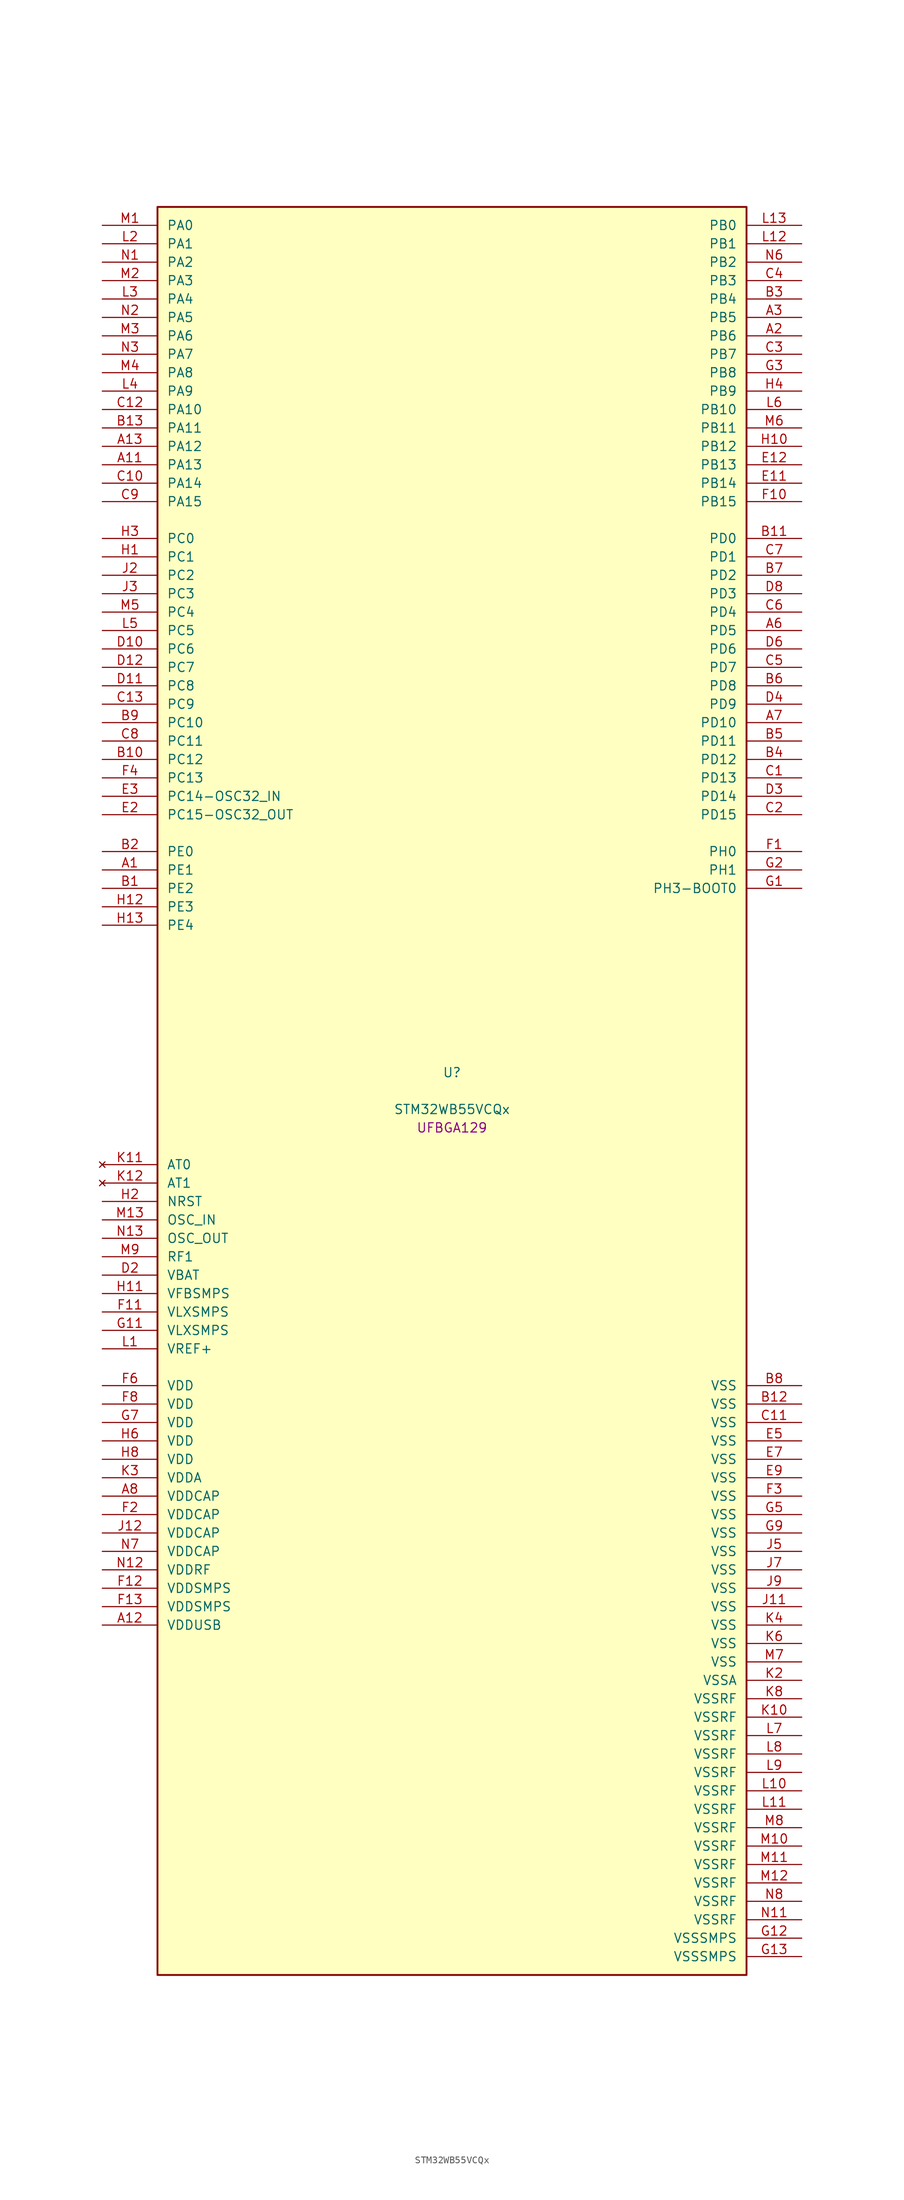
<source format=kicad_sym>
(kicad_symbol_lib
  (version 20241209)
  (generator "stm32_pkl_generator")
  (generator_version "1.0")
  (symbol "STM32WB55VCQx"
    (pin_names
      (offset 1.27))
    (property "Reference" "U"
      (at 0 2.54 0))
    (property "Value" "STM32WB55VCQx"
      (at 0 -2.54 0))
    (property "Footprint" "UFBGA129"
      (at 0 -5.08 0))
    (symbol "STM32WB55VCQx_1_1"
      (rectangle (start -40.64 121.92) (end 40.64 -121.92) (stroke (width 0.254) (type solid)) (fill (type background)))
      (pin bidirectional line (at -48.26 119.38 0) (length 7.62) (name "PA0") (number "M1") (alternate "PA0/ADC1_IN5" bidirectional line) (alternate "PA0/COMP1_INM" bidirectional line) (alternate "PA0/COMP1_OUT" bidirectional line) (alternate "PA0/RTC_TAMP2" bidirectional line) (alternate "PA0/SAI1_EXTCLK" bidirectional line) (alternate "PA0/SYS_WKUP1" bidirectional line) (alternate "PA0/TIM2_CH1" bidirectional line) (alternate "PA0/TIM2_ETR" bidirectional line))
      (pin bidirectional line (at -48.26 116.84 0) (length 7.62) (name "PA1") (number "L2") (alternate "PA1/ADC1_IN6" bidirectional line) (alternate "PA1/COMP1_INP" bidirectional line) (alternate "PA1/I2C1_SMBA" bidirectional line) (alternate "PA1/LCD_SEG0" bidirectional line) (alternate "PA1/SPI1_SCK" bidirectional line) (alternate "PA1/TIM2_CH2" bidirectional line))
      (pin bidirectional line (at -48.26 114.3 0) (length 7.62) (name "PA2") (number "N1") (alternate "PA2/ADC1_IN7" bidirectional line) (alternate "PA2/COMP2_INM" bidirectional line) (alternate "PA2/COMP2_OUT" bidirectional line) (alternate "PA2/LCD_SEG1" bidirectional line) (alternate "PA2/LPUART1_TX" bidirectional line) (alternate "PA2/QUADSPI_BK1_NCS" bidirectional line) (alternate "PA2/RCC_LSCO" bidirectional line) (alternate "PA2/SYS_WKUP4" bidirectional line) (alternate "PA2/TIM2_CH3" bidirectional line))
      (pin bidirectional line (at -48.26 111.76 0) (length 7.62) (name "PA3") (number "M2") (alternate "PA3/ADC1_IN8" bidirectional line) (alternate "PA3/COMP2_INP" bidirectional line) (alternate "PA3/LCD_SEG2" bidirectional line) (alternate "PA3/LPUART1_RX" bidirectional line) (alternate "PA3/QUADSPI_CLK" bidirectional line) (alternate "PA3/SAI1_CK1" bidirectional line) (alternate "PA3/SAI1_MCLK_A" bidirectional line) (alternate "PA3/TIM2_CH4" bidirectional line))
      (pin bidirectional line (at -48.26 109.22 0) (length 7.62) (name "PA4") (number "L3") (alternate "PA4/ADC1_IN9" bidirectional line) (alternate "PA4/COMP1_INM" bidirectional line) (alternate "PA4/COMP2_INM" bidirectional line) (alternate "PA4/LCD_SEG5" bidirectional line) (alternate "PA4/LPTIM2_OUT" bidirectional line) (alternate "PA4/SAI1_FS_B" bidirectional line) (alternate "PA4/SPI1_NSS" bidirectional line))
      (pin bidirectional line (at -48.26 106.68 0) (length 7.62) (name "PA5") (number "N2") (alternate "PA5/ADC1_IN10" bidirectional line) (alternate "PA5/COMP1_INM" bidirectional line) (alternate "PA5/COMP2_INM" bidirectional line) (alternate "PA5/LPTIM2_ETR" bidirectional line) (alternate "PA5/SAI1_SD_B" bidirectional line) (alternate "PA5/SPI1_SCK" bidirectional line) (alternate "PA5/TIM2_CH1" bidirectional line) (alternate "PA5/TIM2_ETR" bidirectional line))
      (pin bidirectional line (at -48.26 104.14 0) (length 7.62) (name "PA6") (number "M3") (alternate "PA6/ADC1_IN11" bidirectional line) (alternate "PA6/LCD_SEG3" bidirectional line) (alternate "PA6/LPUART1_CTS" bidirectional line) (alternate "PA6/QUADSPI_BK1_IO3" bidirectional line) (alternate "PA6/SPI1_MISO" bidirectional line) (alternate "PA6/TIM16_CH1" bidirectional line) (alternate "PA6/TIM1_BKIN" bidirectional line))
      (pin bidirectional line (at -48.26 101.6 0) (length 7.62) (name "PA7") (number "N3") (alternate "PA7/ADC1_IN12" bidirectional line) (alternate "PA7/COMP2_OUT" bidirectional line) (alternate "PA7/I2C3_SCL" bidirectional line) (alternate "PA7/LCD_SEG4" bidirectional line) (alternate "PA7/QUADSPI_BK1_IO2" bidirectional line) (alternate "PA7/SPI1_MOSI" bidirectional line) (alternate "PA7/TIM17_CH1" bidirectional line) (alternate "PA7/TIM1_CH1N" bidirectional line))
      (pin bidirectional line (at -48.26 99.06 0) (length 7.62) (name "PA8") (number "M4") (alternate "PA8/ADC1_IN15" bidirectional line) (alternate "PA8/LCD_COM0" bidirectional line) (alternate "PA8/LPTIM2_OUT" bidirectional line) (alternate "PA8/RCC_MCO" bidirectional line) (alternate "PA8/SAI1_CK2" bidirectional line) (alternate "PA8/SAI1_SCK_A" bidirectional line) (alternate "PA8/TIM1_CH1" bidirectional line) (alternate "PA8/USART1_CK" bidirectional line))
      (pin bidirectional line (at -48.26 96.52 0) (length 7.62) (name "PA9") (number "L4") (alternate "PA9/ADC1_IN16" bidirectional line) (alternate "PA9/COMP1_INM" bidirectional line) (alternate "PA9/I2C1_SCL" bidirectional line) (alternate "PA9/LCD_COM1" bidirectional line) (alternate "PA9/SAI1_D2" bidirectional line) (alternate "PA9/SAI1_FS_A" bidirectional line) (alternate "PA9/SPI2_SCK" bidirectional line) (alternate "PA9/TIM1_CH2" bidirectional line) (alternate "PA9/USART1_TX" bidirectional line))
      (pin bidirectional line (at -48.26 93.98 0) (length 7.62) (name "PA10") (number "C12") (alternate "PA10/CRS_SYNC" bidirectional line) (alternate "PA10/I2C1_SDA" bidirectional line) (alternate "PA10/LCD_COM2" bidirectional line) (alternate "PA10/SAI1_D1" bidirectional line) (alternate "PA10/SAI1_SD_A" bidirectional line) (alternate "PA10/TIM17_BKIN" bidirectional line) (alternate "PA10/TIM1_CH3" bidirectional line) (alternate "PA10/USART1_RX" bidirectional line))
      (pin bidirectional line (at -48.26 91.44 0) (length 7.62) (name "PA11") (number "B13") (alternate "PA11/ADC1_EXTI11" bidirectional line) (alternate "PA11/SPI1_MISO" bidirectional line) (alternate "PA11/TIM1_BKIN2" bidirectional line) (alternate "PA11/TIM1_CH4" bidirectional line) (alternate "PA11/USART1_CTS" bidirectional line) (alternate "PA11/USART1_NSS" bidirectional line) (alternate "PA11/USB_DM" bidirectional line))
      (pin bidirectional line (at -48.26 88.9 0) (length 7.62) (name "PA12") (number "A13") (alternate "PA12/LPUART1_RX" bidirectional line) (alternate "PA12/SPI1_MOSI" bidirectional line) (alternate "PA12/TIM1_ETR" bidirectional line) (alternate "PA12/USART1_DE" bidirectional line) (alternate "PA12/USART1_RTS" bidirectional line) (alternate "PA12/USB_DP" bidirectional line))
      (pin bidirectional line (at -48.26 86.36 0) (length 7.62) (name "PA13") (number "A11") (alternate "PA13/IR_OUT" bidirectional line) (alternate "PA13/SAI1_SD_B" bidirectional line) (alternate "PA13/SYS_JTMS-SWDIO" bidirectional line) (alternate "PA13/USB_NOE" bidirectional line))
      (pin bidirectional line (at -48.26 83.82 0) (length 7.62) (name "PA14") (number "C10") (alternate "PA14/I2C1_SMBA" bidirectional line) (alternate "PA14/LCD_SEG5" bidirectional line) (alternate "PA14/LPTIM1_OUT" bidirectional line) (alternate "PA14/SAI1_FS_B" bidirectional line) (alternate "PA14/SYS_JTCK-SWCLK" bidirectional line))
      (pin bidirectional line (at -48.26 81.28 0) (length 7.62) (name "PA15") (number "C9") (alternate "PA15/ADC1_EXTI15" bidirectional line) (alternate "PA15/LCD_SEG17" bidirectional line) (alternate "PA15/RCC_MCO" bidirectional line) (alternate "PA15/SPI1_NSS" bidirectional line) (alternate "PA15/SYS_JTDI" bidirectional line) (alternate "PA15/TIM2_CH1" bidirectional line) (alternate "PA15/TIM2_ETR" bidirectional line) (alternate "PA15/TSC_G3_IO1" bidirectional line))
      (pin bidirectional line (at 48.26 119.38 180) (length 7.62) (name "PB0") (number "L13") (alternate "PB0/COMP1_OUT" bidirectional line) (alternate "PB0/RF_TX_MOD_EXT_PA" bidirectional line))
      (pin bidirectional line (at 48.26 116.84 180) (length 7.62) (name "PB1") (number "L12") (alternate "PB1/LPTIM2_IN1" bidirectional line) (alternate "PB1/LPUART1_DE" bidirectional line) (alternate "PB1/LPUART1_RTS" bidirectional line))
      (pin bidirectional line (at 48.26 114.3 180) (length 7.62) (name "PB2") (number "N6") (alternate "PB2/COMP1_INP" bidirectional line) (alternate "PB2/I2C3_SMBA" bidirectional line) (alternate "PB2/LCD_VLCD" bidirectional line) (alternate "PB2/LPTIM1_OUT" bidirectional line) (alternate "PB2/RTC_OUT2" bidirectional line) (alternate "PB2/SAI1_EXTCLK" bidirectional line) (alternate "PB2/SPI1_NSS" bidirectional line))
      (pin bidirectional line (at 48.26 111.76 180) (length 7.62) (name "PB3") (number "C4") (alternate "PB3/COMP2_INM" bidirectional line) (alternate "PB3/LCD_SEG7" bidirectional line) (alternate "PB3/SAI1_SCK_B" bidirectional line) (alternate "PB3/SPI1_SCK" bidirectional line) (alternate "PB3/SYS_JTDO-SWO" bidirectional line) (alternate "PB3/TIM2_CH2" bidirectional line) (alternate "PB3/USART1_DE" bidirectional line) (alternate "PB3/USART1_RTS" bidirectional line))
      (pin bidirectional line (at 48.26 109.22 180) (length 7.62) (name "PB4") (number "B3") (alternate "PB4/COMP2_INP" bidirectional line) (alternate "PB4/I2C3_SDA" bidirectional line) (alternate "PB4/LCD_SEG8" bidirectional line) (alternate "PB4/SAI1_MCLK_B" bidirectional line) (alternate "PB4/SPI1_MISO" bidirectional line) (alternate "PB4/SYS_JTRST" bidirectional line) (alternate "PB4/TIM17_BKIN" bidirectional line) (alternate "PB4/TSC_G2_IO1" bidirectional line) (alternate "PB4/USART1_CTS" bidirectional line) (alternate "PB4/USART1_NSS" bidirectional line))
      (pin bidirectional line (at 48.26 106.68 180) (length 7.62) (name "PB5") (number "A3") (alternate "PB5/COMP2_OUT" bidirectional line) (alternate "PB5/I2C1_SMBA" bidirectional line) (alternate "PB5/LCD_SEG9" bidirectional line) (alternate "PB5/LPTIM1_IN1" bidirectional line) (alternate "PB5/LPUART1_TX" bidirectional line) (alternate "PB5/SAI1_SD_B" bidirectional line) (alternate "PB5/SPI1_MOSI" bidirectional line) (alternate "PB5/TIM16_BKIN" bidirectional line) (alternate "PB5/TSC_G2_IO2" bidirectional line) (alternate "PB5/USART1_CK" bidirectional line))
      (pin bidirectional line (at 48.26 104.14 180) (length 7.62) (name "PB6") (number "A2") (alternate "PB6/COMP2_INP" bidirectional line) (alternate "PB6/I2C1_SCL" bidirectional line) (alternate "PB6/LCD_SEG6" bidirectional line) (alternate "PB6/LPTIM1_ETR" bidirectional line) (alternate "PB6/RCC_MCO" bidirectional line) (alternate "PB6/SAI1_FS_B" bidirectional line) (alternate "PB6/TIM16_CH1N" bidirectional line) (alternate "PB6/TSC_G2_IO3" bidirectional line) (alternate "PB6/USART1_TX" bidirectional line))
      (pin bidirectional line (at 48.26 101.6 180) (length 7.62) (name "PB7") (number "C3") (alternate "PB7/COMP2_INM" bidirectional line) (alternate "PB7/I2C1_SDA" bidirectional line) (alternate "PB7/LCD_SEG21" bidirectional line) (alternate "PB7/LPTIM1_IN2" bidirectional line) (alternate "PB7/SYS_PVD_IN" bidirectional line) (alternate "PB7/TIM17_CH1N" bidirectional line) (alternate "PB7/TIM1_BKIN" bidirectional line) (alternate "PB7/TSC_G2_IO4" bidirectional line) (alternate "PB7/USART1_RX" bidirectional line))
      (pin bidirectional line (at 48.26 99.06 180) (length 7.62) (name "PB8") (number "G3") (alternate "PB8/I2C1_SCL" bidirectional line) (alternate "PB8/LCD_SEG16" bidirectional line) (alternate "PB8/QUADSPI_BK1_IO1" bidirectional line) (alternate "PB8/SAI1_CK1" bidirectional line) (alternate "PB8/SAI1_MCLK_A" bidirectional line) (alternate "PB8/TIM16_CH1" bidirectional line) (alternate "PB8/TIM1_CH2N" bidirectional line))
      (pin bidirectional line (at 48.26 96.52 180) (length 7.62) (name "PB9") (number "H4") (alternate "PB9/I2C1_SDA" bidirectional line) (alternate "PB9/IR_OUT" bidirectional line) (alternate "PB9/LCD_COM3" bidirectional line) (alternate "PB9/QUADSPI_BK1_IO0" bidirectional line) (alternate "PB9/SAI1_D2" bidirectional line) (alternate "PB9/SAI1_FS_A" bidirectional line) (alternate "PB9/SPI2_NSS" bidirectional line) (alternate "PB9/TIM17_CH1" bidirectional line) (alternate "PB9/TIM1_CH3N" bidirectional line) (alternate "PB9/TSC_G7_IO4" bidirectional line))
      (pin bidirectional line (at 48.26 93.98 180) (length 7.62) (name "PB10") (number "L6") (alternate "PB10/COMP1_OUT" bidirectional line) (alternate "PB10/I2C3_SCL" bidirectional line) (alternate "PB10/LCD_SEG10" bidirectional line) (alternate "PB10/LPUART1_RX" bidirectional line) (alternate "PB10/QUADSPI_CLK" bidirectional line) (alternate "PB10/SAI1_SCK_A" bidirectional line) (alternate "PB10/SPI2_SCK" bidirectional line) (alternate "PB10/TIM2_CH3" bidirectional line) (alternate "PB10/TSC_SYNC" bidirectional line))
      (pin bidirectional line (at 48.26 91.44 180) (length 7.62) (name "PB11") (number "M6") (alternate "PB11/ADC1_EXTI11" bidirectional line) (alternate "PB11/COMP2_OUT" bidirectional line) (alternate "PB11/I2C3_SDA" bidirectional line) (alternate "PB11/LCD_SEG11" bidirectional line) (alternate "PB11/LPUART1_TX" bidirectional line) (alternate "PB11/QUADSPI_BK1_NCS" bidirectional line) (alternate "PB11/TIM2_CH4" bidirectional line))
      (pin bidirectional line (at 48.26 88.9 180) (length 7.62) (name "PB12") (number "H10") (alternate "PB12/I2C3_SMBA" bidirectional line) (alternate "PB12/LCD_SEG12" bidirectional line) (alternate "PB12/LPUART1_DE" bidirectional line) (alternate "PB12/LPUART1_RTS" bidirectional line) (alternate "PB12/SAI1_FS_A" bidirectional line) (alternate "PB12/SPI2_NSS" bidirectional line) (alternate "PB12/TIM1_BKIN" bidirectional line) (alternate "PB12/TSC_G1_IO1" bidirectional line))
      (pin bidirectional line (at 48.26 86.36 180) (length 7.62) (name "PB13") (number "E12") (alternate "PB13/I2C3_SCL" bidirectional line) (alternate "PB13/LCD_SEG13" bidirectional line) (alternate "PB13/LPUART1_CTS" bidirectional line) (alternate "PB13/SAI1_SCK_A" bidirectional line) (alternate "PB13/SPI2_SCK" bidirectional line) (alternate "PB13/TIM1_CH1N" bidirectional line) (alternate "PB13/TSC_G1_IO2" bidirectional line))
      (pin bidirectional line (at 48.26 83.82 180) (length 7.62) (name "PB14") (number "E11") (alternate "PB14/I2C3_SDA" bidirectional line) (alternate "PB14/LCD_SEG14" bidirectional line) (alternate "PB14/SAI1_MCLK_A" bidirectional line) (alternate "PB14/SPI2_MISO" bidirectional line) (alternate "PB14/TIM1_CH2N" bidirectional line) (alternate "PB14/TSC_G1_IO3" bidirectional line))
      (pin bidirectional line (at 48.26 81.28 180) (length 7.62) (name "PB15") (number "F10") (alternate "PB15/ADC1_EXTI15" bidirectional line) (alternate "PB15/LCD_SEG15" bidirectional line) (alternate "PB15/RTC_REFIN" bidirectional line) (alternate "PB15/SAI1_SD_A" bidirectional line) (alternate "PB15/SPI2_MOSI" bidirectional line) (alternate "PB15/TIM1_CH3N" bidirectional line) (alternate "PB15/TSC_G1_IO4" bidirectional line))
      (pin bidirectional line (at -48.26 76.2 0) (length 7.62) (name "PC0") (number "H3") (alternate "PC0/ADC1_IN1" bidirectional line) (alternate "PC0/I2C3_SCL" bidirectional line) (alternate "PC0/LCD_SEG18" bidirectional line) (alternate "PC0/LPTIM1_IN1" bidirectional line) (alternate "PC0/LPTIM2_IN1" bidirectional line) (alternate "PC0/LPUART1_RX" bidirectional line))
      (pin bidirectional line (at -48.26 73.66 0) (length 7.62) (name "PC1") (number "H1") (alternate "PC1/ADC1_IN2" bidirectional line) (alternate "PC1/I2C3_SDA" bidirectional line) (alternate "PC1/LCD_SEG19" bidirectional line) (alternate "PC1/LPTIM1_OUT" bidirectional line) (alternate "PC1/LPUART1_TX" bidirectional line) (alternate "PC1/SPI2_MOSI" bidirectional line))
      (pin bidirectional line (at -48.26 71.12 0) (length 7.62) (name "PC2") (number "J2") (alternate "PC2/ADC1_IN3" bidirectional line) (alternate "PC2/LCD_SEG20" bidirectional line) (alternate "PC2/LPTIM1_IN2" bidirectional line) (alternate "PC2/SPI2_MISO" bidirectional line))
      (pin bidirectional line (at -48.26 68.58 0) (length 7.62) (name "PC3") (number "J3") (alternate "PC3/ADC1_IN4" bidirectional line) (alternate "PC3/LCD_VLCD" bidirectional line) (alternate "PC3/LPTIM1_ETR" bidirectional line) (alternate "PC3/LPTIM2_ETR" bidirectional line) (alternate "PC3/SAI1_D1" bidirectional line) (alternate "PC3/SAI1_SD_A" bidirectional line) (alternate "PC3/SPI2_MOSI" bidirectional line))
      (pin bidirectional line (at -48.26 66.04 0) (length 7.62) (name "PC4") (number "M5") (alternate "PC4/ADC1_IN13" bidirectional line) (alternate "PC4/COMP1_INM" bidirectional line) (alternate "PC4/LCD_SEG22" bidirectional line))
      (pin bidirectional line (at -48.26 63.5 0) (length 7.62) (name "PC5") (number "L5") (alternate "PC5/ADC1_IN14" bidirectional line) (alternate "PC5/COMP1_INP" bidirectional line) (alternate "PC5/LCD_SEG23" bidirectional line) (alternate "PC5/SAI1_D3" bidirectional line) (alternate "PC5/SYS_WKUP5" bidirectional line))
      (pin bidirectional line (at -48.26 60.96 0) (length 7.62) (name "PC6") (number "D10") (alternate "PC6/LCD_SEG24" bidirectional line) (alternate "PC6/TSC_G4_IO1" bidirectional line))
      (pin bidirectional line (at -48.26 58.42 0) (length 7.62) (name "PC7") (number "D12") (alternate "PC7/LCD_SEG25" bidirectional line) (alternate "PC7/TSC_G4_IO2" bidirectional line))
      (pin bidirectional line (at -48.26 55.88 0) (length 7.62) (name "PC8") (number "D11") (alternate "PC8/LCD_SEG26" bidirectional line) (alternate "PC8/TSC_G4_IO3" bidirectional line))
      (pin bidirectional line (at -48.26 53.34 0) (length 7.62) (name "PC9") (number "C13") (alternate "PC9/LCD_SEG27" bidirectional line) (alternate "PC9/SAI1_SCK_B" bidirectional line) (alternate "PC9/TIM1_BKIN" bidirectional line) (alternate "PC9/TSC_G4_IO4" bidirectional line) (alternate "PC9/USB_NOE" bidirectional line))
      (pin bidirectional line (at -48.26 50.8 0) (length 7.62) (name "PC10") (number "B9") (alternate "PC10/LCD_COM4" bidirectional line) (alternate "PC10/LCD_SEG28" bidirectional line) (alternate "PC10/LCD_SEG40" bidirectional line) (alternate "PC10/SYS_TRACED1" bidirectional line) (alternate "PC10/TSC_G3_IO2" bidirectional line))
      (pin bidirectional line (at -48.26 48.26 0) (length 7.62) (name "PC11") (number "C8") (alternate "PC11/ADC1_EXTI11" bidirectional line) (alternate "PC11/LCD_COM5" bidirectional line) (alternate "PC11/LCD_SEG29" bidirectional line) (alternate "PC11/LCD_SEG41" bidirectional line) (alternate "PC11/TSC_G3_IO3" bidirectional line))
      (pin bidirectional line (at -48.26 45.72 0) (length 7.62) (name "PC12") (number "B10") (alternate "PC12/LCD_COM6" bidirectional line) (alternate "PC12/LCD_SEG30" bidirectional line) (alternate "PC12/LCD_SEG42" bidirectional line) (alternate "PC12/RCC_LSCO" bidirectional line) (alternate "PC12/RTC_TAMP3" bidirectional line) (alternate "PC12/SYS_TRACED3" bidirectional line) (alternate "PC12/SYS_WKUP3" bidirectional line) (alternate "PC12/TSC_G3_IO4" bidirectional line))
      (pin bidirectional line (at -48.26 43.18 0) (length 7.62) (name "PC13") (number "F4") (alternate "PC13/RTC_OUT1" bidirectional line) (alternate "PC13/RTC_TAMP1" bidirectional line) (alternate "PC13/RTC_TS" bidirectional line) (alternate "PC13/SYS_WKUP2" bidirectional line))
      (pin bidirectional line (at -48.26 40.64 0) (length 7.62) (name "PC14-OSC32_IN") (number "E3") (alternate "PC14-OSC32_IN/RCC_OSC32_IN" bidirectional line))
      (pin bidirectional line (at -48.26 38.1 0) (length 7.62) (name "PC15-OSC32_OUT") (number "E2") (alternate "PC15-OSC32_OUT/ADC1_EXTI15" bidirectional line) (alternate "PC15-OSC32_OUT/RCC_OSC32_OUT" bidirectional line))
      (pin bidirectional line (at 48.26 76.2 180) (length 7.62) (name "PD0") (number "B11") (alternate "PD0/SPI2_NSS" bidirectional line))
      (pin bidirectional line (at 48.26 73.66 180) (length 7.62) (name "PD1") (number "C7") (alternate "PD1/SPI2_SCK" bidirectional line))
      (pin bidirectional line (at 48.26 71.12 180) (length 7.62) (name "PD2") (number "B7") (alternate "PD2/LCD_COM7" bidirectional line) (alternate "PD2/LCD_SEG31" bidirectional line) (alternate "PD2/LCD_SEG43" bidirectional line) (alternate "PD2/SYS_TRACED2" bidirectional line) (alternate "PD2/TSC_SYNC" bidirectional line))
      (pin bidirectional line (at 48.26 68.58 180) (length 7.62) (name "PD3") (number "D8") (alternate "PD3/QUADSPI_BK1_NCS" bidirectional line) (alternate "PD3/SPI2_MISO" bidirectional line) (alternate "PD3/SPI2_SCK" bidirectional line))
      (pin bidirectional line (at 48.26 66.04 180) (length 7.62) (name "PD4") (number "C6") (alternate "PD4/QUADSPI_BK1_IO0" bidirectional line) (alternate "PD4/SPI2_MOSI" bidirectional line) (alternate "PD4/TSC_G5_IO1" bidirectional line))
      (pin bidirectional line (at 48.26 63.5 180) (length 7.62) (name "PD5") (number "A6") (alternate "PD5/QUADSPI_BK1_IO1" bidirectional line) (alternate "PD5/SAI1_MCLK_B" bidirectional line) (alternate "PD5/TSC_G5_IO2" bidirectional line))
      (pin bidirectional line (at 48.26 60.96 180) (length 7.62) (name "PD6") (number "D6") (alternate "PD6/QUADSPI_BK1_IO2" bidirectional line) (alternate "PD6/SAI1_D1" bidirectional line) (alternate "PD6/SAI1_SD_A" bidirectional line) (alternate "PD6/TSC_G5_IO3" bidirectional line))
      (pin bidirectional line (at 48.26 58.42 180) (length 7.62) (name "PD7") (number "C5") (alternate "PD7/LCD_SEG39" bidirectional line) (alternate "PD7/QUADSPI_BK1_IO3" bidirectional line) (alternate "PD7/TSC_G5_IO4" bidirectional line))
      (pin bidirectional line (at 48.26 55.88 180) (length 7.62) (name "PD8") (number "B6") (alternate "PD8/LCD_SEG28" bidirectional line) (alternate "PD8/TIM1_BKIN2" bidirectional line))
      (pin bidirectional line (at 48.26 53.34 180) (length 7.62) (name "PD9") (number "D4") (alternate "PD9/LCD_SEG29" bidirectional line) (alternate "PD9/SYS_TRACED0" bidirectional line))
      (pin bidirectional line (at 48.26 50.8 180) (length 7.62) (name "PD10") (number "A7") (alternate "PD10/LCD_SEG30" bidirectional line) (alternate "PD10/SYS_TRIG_INOUT" bidirectional line) (alternate "PD10/TSC_G6_IO1" bidirectional line))
      (pin bidirectional line (at 48.26 48.26 180) (length 7.62) (name "PD11") (number "B5") (alternate "PD11/ADC1_EXTI11" bidirectional line) (alternate "PD11/LCD_SEG31" bidirectional line) (alternate "PD11/LPTIM2_ETR" bidirectional line) (alternate "PD11/TSC_G6_IO2" bidirectional line))
      (pin bidirectional line (at 48.26 45.72 180) (length 7.62) (name "PD12") (number "B4") (alternate "PD12/LCD_SEG32" bidirectional line) (alternate "PD12/LPTIM2_IN1" bidirectional line) (alternate "PD12/TSC_G6_IO3" bidirectional line))
      (pin bidirectional line (at 48.26 43.18 180) (length 7.62) (name "PD13") (number "C1") (alternate "PD13/LCD_SEG33" bidirectional line) (alternate "PD13/LPTIM2_OUT" bidirectional line) (alternate "PD13/TSC_G6_IO4" bidirectional line))
      (pin bidirectional line (at 48.26 40.64 180) (length 7.62) (name "PD14") (number "D3") (alternate "PD14/LCD_SEG34" bidirectional line) (alternate "PD14/TIM1_CH1" bidirectional line))
      (pin bidirectional line (at 48.26 38.1 180) (length 7.62) (name "PD15") (number "C2") (alternate "PD15/ADC1_EXTI15" bidirectional line) (alternate "PD15/LCD_SEG35" bidirectional line) (alternate "PD15/TIM1_CH2" bidirectional line))
      (pin bidirectional line (at -48.26 33.02 0) (length 7.62) (name "PE0") (number "B2") (alternate "PE0/LCD_SEG36" bidirectional line) (alternate "PE0/TIM16_CH1" bidirectional line) (alternate "PE0/TIM1_ETR" bidirectional line) (alternate "PE0/TSC_G7_IO3" bidirectional line))
      (pin bidirectional line (at -48.26 30.48 0) (length 7.62) (name "PE1") (number "A1") (alternate "PE1/LCD_SEG37" bidirectional line) (alternate "PE1/TIM17_CH1" bidirectional line) (alternate "PE1/TSC_G7_IO2" bidirectional line))
      (pin bidirectional line (at -48.26 27.94 0) (length 7.62) (name "PE2") (number "B1") (alternate "PE2/LCD_SEG38" bidirectional line) (alternate "PE2/SAI1_CK1" bidirectional line) (alternate "PE2/SAI1_MCLK_A" bidirectional line) (alternate "PE2/SYS_TRACECLK" bidirectional line) (alternate "PE2/TSC_G7_IO1" bidirectional line))
      (pin bidirectional line (at -48.26 25.4 0) (length 7.62) (name "PE3") (number "H12"))
      (pin bidirectional line (at -48.26 22.86 0) (length 7.62) (name "PE4") (number "H13"))
      (pin bidirectional line (at 48.26 33.02 180) (length 7.62) (name "PH0") (number "F1"))
      (pin bidirectional line (at 48.26 30.48 180) (length 7.62) (name "PH1") (number "G2"))
      (pin bidirectional line (at 48.26 27.94 180) (length 7.62) (name "PH3-BOOT0") (number "G1") (alternate "PH3-BOOT0/RCC_LSCO" bidirectional line))
      (pin no_connect line (at -48.26 -10.16 0) (length 7.62) (name "AT0") (number "K11"))
      (pin no_connect line (at -48.26 -12.7 0) (length 7.62) (name "AT1") (number "K12"))
      (pin input line (at -48.26 -15.24 0) (length 7.62) (name "NRST") (number "H2"))
      (pin bidirectional line (at -48.26 -17.78 0) (length 7.62) (name "OSC_IN") (number "M13") (alternate "OSC_IN/RCC_OSC_IN" bidirectional line))
      (pin bidirectional line (at -48.26 -20.32 0) (length 7.62) (name "OSC_OUT") (number "N13") (alternate "OSC_OUT/RCC_OSC_OUT" bidirectional line))
      (pin bidirectional line (at -48.26 -22.86 0) (length 7.62) (name "RF1") (number "M9") (alternate "RF1/RF_RF1" bidirectional line))
      (pin power_in line (at -48.26 -25.4 0) (length 7.62) (name "VBAT") (number "D2"))
      (pin power_in line (at -48.26 -27.94 0) (length 7.62) (name "VFBSMPS") (number "H11"))
      (pin power_in line (at -48.26 -30.48 0) (length 7.62) (name "VLXSMPS") (number "F11"))
      (pin power_in line (at -48.26 -33.02 0) (length 7.62) (name "VLXSMPS") (number "G11"))
      (pin bidirectional line (at -48.26 -35.56 0) (length 7.62) (name "VREF+") (number "L1") (alternate "VREF+/VREFBUF_OUT" bidirectional line))
      (pin power_in line (at -48.26 -40.64 0) (length 7.62) (name "VDD") (number "F6"))
      (pin power_in line (at -48.26 -43.18 0) (length 7.62) (name "VDD") (number "F8"))
      (pin power_in line (at -48.26 -45.72 0) (length 7.62) (name "VDD") (number "G7"))
      (pin power_in line (at -48.26 -48.26 0) (length 7.62) (name "VDD") (number "H6"))
      (pin power_in line (at -48.26 -50.8 0) (length 7.62) (name "VDD") (number "H8"))
      (pin power_in line (at -48.26 -53.34 0) (length 7.62) (name "VDDA") (number "K3"))
      (pin power_in line (at -48.26 -55.88 0) (length 7.62) (name "VDDCAP") (number "A8"))
      (pin power_in line (at -48.26 -58.42 0) (length 7.62) (name "VDDCAP") (number "F2"))
      (pin power_in line (at -48.26 -60.96 0) (length 7.62) (name "VDDCAP") (number "J12"))
      (pin power_in line (at -48.26 -63.5 0) (length 7.62) (name "VDDCAP") (number "N7"))
      (pin power_in line (at -48.26 -66.04 0) (length 7.62) (name "VDDRF") (number "N12"))
      (pin power_in line (at -48.26 -68.58 0) (length 7.62) (name "VDDSMPS") (number "F12"))
      (pin power_in line (at -48.26 -71.12 0) (length 7.62) (name "VDDSMPS") (number "F13"))
      (pin power_in line (at -48.26 -73.66 0) (length 7.62) (name "VDDUSB") (number "A12"))
      (pin power_in line (at 48.26 -40.64 180) (length 7.62) (name "VSS") (number "B8"))
      (pin power_in line (at 48.26 -43.18 180) (length 7.62) (name "VSS") (number "B12"))
      (pin power_in line (at 48.26 -45.72 180) (length 7.62) (name "VSS") (number "C11"))
      (pin power_in line (at 48.26 -48.26 180) (length 7.62) (name "VSS") (number "E5"))
      (pin power_in line (at 48.26 -50.8 180) (length 7.62) (name "VSS") (number "E7"))
      (pin power_in line (at 48.26 -53.34 180) (length 7.62) (name "VSS") (number "E9"))
      (pin power_in line (at 48.26 -55.88 180) (length 7.62) (name "VSS") (number "F3"))
      (pin power_in line (at 48.26 -58.42 180) (length 7.62) (name "VSS") (number "G5"))
      (pin power_in line (at 48.26 -60.96 180) (length 7.62) (name "VSS") (number "G9"))
      (pin power_in line (at 48.26 -63.5 180) (length 7.62) (name "VSS") (number "J5"))
      (pin power_in line (at 48.26 -66.04 180) (length 7.62) (name "VSS") (number "J7"))
      (pin power_in line (at 48.26 -68.58 180) (length 7.62) (name "VSS") (number "J9"))
      (pin power_in line (at 48.26 -71.12 180) (length 7.62) (name "VSS") (number "J11"))
      (pin power_in line (at 48.26 -73.66 180) (length 7.62) (name "VSS") (number "K4"))
      (pin power_in line (at 48.26 -76.2 180) (length 7.62) (name "VSS") (number "K6"))
      (pin power_in line (at 48.26 -78.74 180) (length 7.62) (name "VSS") (number "M7"))
      (pin power_in line (at 48.26 -81.28 180) (length 7.62) (name "VSSA") (number "K2"))
      (pin power_in line (at 48.26 -83.82 180) (length 7.62) (name "VSSRF") (number "K8"))
      (pin power_in line (at 48.26 -86.36 180) (length 7.62) (name "VSSRF") (number "K10"))
      (pin power_in line (at 48.26 -88.9 180) (length 7.62) (name "VSSRF") (number "L7"))
      (pin power_in line (at 48.26 -91.44 180) (length 7.62) (name "VSSRF") (number "L8"))
      (pin power_in line (at 48.26 -93.98 180) (length 7.62) (name "VSSRF") (number "L9"))
      (pin power_in line (at 48.26 -96.52 180) (length 7.62) (name "VSSRF") (number "L10"))
      (pin power_in line (at 48.26 -99.06 180) (length 7.62) (name "VSSRF") (number "L11"))
      (pin power_in line (at 48.26 -101.6 180) (length 7.62) (name "VSSRF") (number "M8"))
      (pin power_in line (at 48.26 -104.14 180) (length 7.62) (name "VSSRF") (number "M10"))
      (pin power_in line (at 48.26 -106.68 180) (length 7.62) (name "VSSRF") (number "M11"))
      (pin power_in line (at 48.26 -109.22 180) (length 7.62) (name "VSSRF") (number "M12"))
      (pin power_in line (at 48.26 -111.76 180) (length 7.62) (name "VSSRF") (number "N8"))
      (pin power_in line (at 48.26 -114.3 180) (length 7.62) (name "VSSRF") (number "N11"))
      (pin power_in line (at 48.26 -116.84 180) (length 7.62) (name "VSSSMPS") (number "G12"))
      (pin power_in line (at 48.26 -119.38 180) (length 7.62) (name "VSSSMPS") (number "G13")))))
</source>
